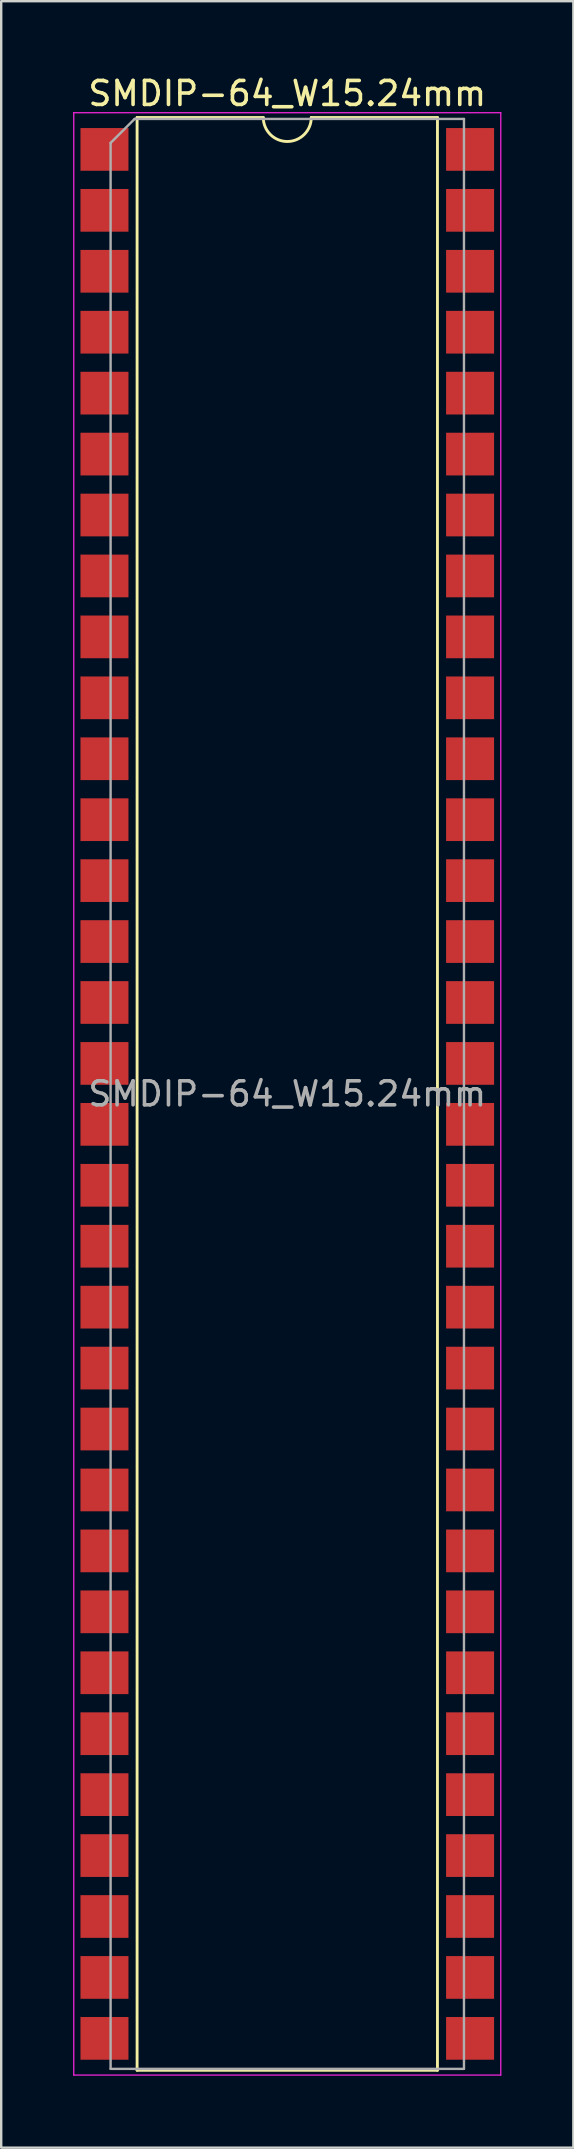
<source format=kicad_pcb>
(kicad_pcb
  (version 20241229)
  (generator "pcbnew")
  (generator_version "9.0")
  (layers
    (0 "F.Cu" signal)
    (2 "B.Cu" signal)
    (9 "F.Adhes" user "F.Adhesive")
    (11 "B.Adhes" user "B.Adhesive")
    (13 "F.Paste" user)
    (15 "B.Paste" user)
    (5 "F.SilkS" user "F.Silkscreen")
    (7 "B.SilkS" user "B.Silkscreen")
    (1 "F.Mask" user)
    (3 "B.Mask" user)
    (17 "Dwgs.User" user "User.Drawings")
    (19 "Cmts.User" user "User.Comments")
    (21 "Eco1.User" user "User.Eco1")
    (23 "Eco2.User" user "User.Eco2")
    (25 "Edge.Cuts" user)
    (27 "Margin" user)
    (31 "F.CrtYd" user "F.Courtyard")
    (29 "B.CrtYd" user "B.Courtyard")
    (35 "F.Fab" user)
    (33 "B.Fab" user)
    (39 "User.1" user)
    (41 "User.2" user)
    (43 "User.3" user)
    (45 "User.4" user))
  (footprint "SMDIP-64_W15.24mm"
    (layer "F.Cu")
    (at 8.925 42.548)
    (property "Reference" "SMDIP-64_W15.24mm" (at 0 -41.7 0) (layer "F.SilkS") (effects (font (size 1 1) (thickness 0.15))))
    (attr smd)
    (fp_line (start -6.26 -40.7) (end -6.26 40.7) (stroke (width 0.12) (type solid)) (layer "F.SilkS"))
    (fp_line (start -6.26 40.7) (end 6.26 40.7) (stroke (width 0.12) (type solid)) (layer "F.SilkS"))
    (fp_line (start -1 -40.7) (end -6.26 -40.7) (stroke (width 0.12) (type solid)) (layer "F.SilkS"))
    (fp_line (start 6.26 -40.7) (end 1 -40.7) (stroke (width 0.12) (type solid)) (layer "F.SilkS"))
    (fp_line (start 6.26 40.7) (end 6.26 -40.7) (stroke (width 0.12) (type solid)) (layer "F.SilkS"))
    (fp_arc (start 1 -40.7) (mid 0 -39.7) (end -1 -40.7) (stroke (width 0.12) (type solid)) (layer "F.SilkS"))
    (fp_line (start -8.9 -40.9) (end -8.9 40.9) (stroke (width 0.05) (type solid)) (layer "F.CrtYd"))
    (fp_line (start -8.9 40.9) (end 8.9 40.9) (stroke (width 0.05) (type solid)) (layer "F.CrtYd"))
    (fp_line (start 8.9 -40.9) (end -8.9 -40.9) (stroke (width 0.05) (type solid)) (layer "F.CrtYd"))
    (fp_line (start 8.9 40.9) (end 8.9 -40.9) (stroke (width 0.05) (type solid)) (layer "F.CrtYd"))
    (fp_line (start -7.365 -39.64) (end -6.365 -40.64) (stroke (width 0.1) (type solid)) (layer "F.Fab"))
    (fp_line (start -7.365 40.64) (end -7.365 -39.64) (stroke (width 0.1) (type solid)) (layer "F.Fab"))
    (fp_line (start -6.365 -40.64) (end 7.365 -40.64) (stroke (width 0.1) (type solid)) (layer "F.Fab"))
    (fp_line (start 7.365 -40.64) (end 7.365 40.64) (stroke (width 0.1) (type solid)) (layer "F.Fab"))
    (fp_line (start 7.365 40.64) (end -7.365 40.64) (stroke (width 0.1) (type solid)) (layer "F.Fab"))
    (fp_text user "${REFERENCE}" (at 0 0 0) (layer "F.Fab") (effects (font (size 1 1) (thickness 0.15))))
    (pad "1" smd rect (at -7.62 -39.37) (size 2 1.78) (layers "F.Cu" "F.Mask" "F.Paste"))
    (pad "2" smd rect (at -7.62 -36.83) (size 2 1.78) (layers "F.Cu" "F.Mask" "F.Paste"))
    (pad "3" smd rect (at -7.62 -34.29) (size 2 1.78) (layers "F.Cu" "F.Mask" "F.Paste"))
    (pad "4" smd rect (at -7.62 -31.75) (size 2 1.78) (layers "F.Cu" "F.Mask" "F.Paste"))
    (pad "5" smd rect (at -7.62 -29.21) (size 2 1.78) (layers "F.Cu" "F.Mask" "F.Paste"))
    (pad "6" smd rect (at -7.62 -26.67) (size 2 1.78) (layers "F.Cu" "F.Mask" "F.Paste"))
    (pad "7" smd rect (at -7.62 -24.13) (size 2 1.78) (layers "F.Cu" "F.Mask" "F.Paste"))
    (pad "8" smd rect (at -7.62 -21.59) (size 2 1.78) (layers "F.Cu" "F.Mask" "F.Paste"))
    (pad "9" smd rect (at -7.62 -19.05) (size 2 1.78) (layers "F.Cu" "F.Mask" "F.Paste"))
    (pad "10" smd rect (at -7.62 -16.51) (size 2 1.78) (layers "F.Cu" "F.Mask" "F.Paste"))
    (pad "11" smd rect (at -7.62 -13.97) (size 2 1.78) (layers "F.Cu" "F.Mask" "F.Paste"))
    (pad "12" smd rect (at -7.62 -11.43) (size 2 1.78) (layers "F.Cu" "F.Mask" "F.Paste"))
    (pad "13" smd rect (at -7.62 -8.89) (size 2 1.78) (layers "F.Cu" "F.Mask" "F.Paste"))
    (pad "14" smd rect (at -7.62 -6.35) (size 2 1.78) (layers "F.Cu" "F.Mask" "F.Paste"))
    (pad "15" smd rect (at -7.62 -3.81) (size 2 1.78) (layers "F.Cu" "F.Mask" "F.Paste"))
    (pad "16" smd rect (at -7.62 -1.27) (size 2 1.78) (layers "F.Cu" "F.Mask" "F.Paste"))
    (pad "17" smd rect (at -7.62 1.27) (size 2 1.78) (layers "F.Cu" "F.Mask" "F.Paste"))
    (pad "18" smd rect (at -7.62 3.81) (size 2 1.78) (layers "F.Cu" "F.Mask" "F.Paste"))
    (pad "19" smd rect (at -7.62 6.35) (size 2 1.78) (layers "F.Cu" "F.Mask" "F.Paste"))
    (pad "20" smd rect (at -7.62 8.89) (size 2 1.78) (layers "F.Cu" "F.Mask" "F.Paste"))
    (pad "21" smd rect (at -7.62 11.43) (size 2 1.78) (layers "F.Cu" "F.Mask" "F.Paste"))
    (pad "22" smd rect (at -7.62 13.97) (size 2 1.78) (layers "F.Cu" "F.Mask" "F.Paste"))
    (pad "23" smd rect (at -7.62 16.51) (size 2 1.78) (layers "F.Cu" "F.Mask" "F.Paste"))
    (pad "24" smd rect (at -7.62 19.05) (size 2 1.78) (layers "F.Cu" "F.Mask" "F.Paste"))
    (pad "25" smd rect (at -7.62 21.59) (size 2 1.78) (layers "F.Cu" "F.Mask" "F.Paste"))
    (pad "26" smd rect (at -7.62 24.13) (size 2 1.78) (layers "F.Cu" "F.Mask" "F.Paste"))
    (pad "27" smd rect (at -7.62 26.67) (size 2 1.78) (layers "F.Cu" "F.Mask" "F.Paste"))
    (pad "28" smd rect (at -7.62 29.21) (size 2 1.78) (layers "F.Cu" "F.Mask" "F.Paste"))
    (pad "29" smd rect (at -7.62 31.75) (size 2 1.78) (layers "F.Cu" "F.Mask" "F.Paste"))
    (pad "30" smd rect (at -7.62 34.29) (size 2 1.78) (layers "F.Cu" "F.Mask" "F.Paste"))
    (pad "31" smd rect (at -7.62 36.83) (size 2 1.78) (layers "F.Cu" "F.Mask" "F.Paste"))
    (pad "32" smd rect (at -7.62 39.37) (size 2 1.78) (layers "F.Cu" "F.Mask" "F.Paste"))
    (pad "33" smd rect (at 7.62 39.37) (size 2 1.78) (layers "F.Cu" "F.Mask" "F.Paste"))
    (pad "34" smd rect (at 7.62 36.83) (size 2 1.78) (layers "F.Cu" "F.Mask" "F.Paste"))
    (pad "35" smd rect (at 7.62 34.29) (size 2 1.78) (layers "F.Cu" "F.Mask" "F.Paste"))
    (pad "36" smd rect (at 7.62 31.75) (size 2 1.78) (layers "F.Cu" "F.Mask" "F.Paste"))
    (pad "37" smd rect (at 7.62 29.21) (size 2 1.78) (layers "F.Cu" "F.Mask" "F.Paste"))
    (pad "38" smd rect (at 7.62 26.67) (size 2 1.78) (layers "F.Cu" "F.Mask" "F.Paste"))
    (pad "39" smd rect (at 7.62 24.13) (size 2 1.78) (layers "F.Cu" "F.Mask" "F.Paste"))
    (pad "40" smd rect (at 7.62 21.59) (size 2 1.78) (layers "F.Cu" "F.Mask" "F.Paste"))
    (pad "41" smd rect (at 7.62 19.05) (size 2 1.78) (layers "F.Cu" "F.Mask" "F.Paste"))
    (pad "42" smd rect (at 7.62 16.51) (size 2 1.78) (layers "F.Cu" "F.Mask" "F.Paste"))
    (pad "43" smd rect (at 7.62 13.97) (size 2 1.78) (layers "F.Cu" "F.Mask" "F.Paste"))
    (pad "44" smd rect (at 7.62 11.43) (size 2 1.78) (layers "F.Cu" "F.Mask" "F.Paste"))
    (pad "45" smd rect (at 7.62 8.89) (size 2 1.78) (layers "F.Cu" "F.Mask" "F.Paste"))
    (pad "46" smd rect (at 7.62 6.35) (size 2 1.78) (layers "F.Cu" "F.Mask" "F.Paste"))
    (pad "47" smd rect (at 7.62 3.81) (size 2 1.78) (layers "F.Cu" "F.Mask" "F.Paste"))
    (pad "48" smd rect (at 7.62 1.27) (size 2 1.78) (layers "F.Cu" "F.Mask" "F.Paste"))
    (pad "49" smd rect (at 7.62 -1.27) (size 2 1.78) (layers "F.Cu" "F.Mask" "F.Paste"))
    (pad "50" smd rect (at 7.62 -3.81) (size 2 1.78) (layers "F.Cu" "F.Mask" "F.Paste"))
    (pad "51" smd rect (at 7.62 -6.35) (size 2 1.78) (layers "F.Cu" "F.Mask" "F.Paste"))
    (pad "52" smd rect (at 7.62 -8.89) (size 2 1.78) (layers "F.Cu" "F.Mask" "F.Paste"))
    (pad "53" smd rect (at 7.62 -11.43) (size 2 1.78) (layers "F.Cu" "F.Mask" "F.Paste"))
    (pad "54" smd rect (at 7.62 -13.97) (size 2 1.78) (layers "F.Cu" "F.Mask" "F.Paste"))
    (pad "55" smd rect (at 7.62 -16.51) (size 2 1.78) (layers "F.Cu" "F.Mask" "F.Paste"))
    (pad "56" smd rect (at 7.62 -19.05) (size 2 1.78) (layers "F.Cu" "F.Mask" "F.Paste"))
    (pad "57" smd rect (at 7.62 -21.59) (size 2 1.78) (layers "F.Cu" "F.Mask" "F.Paste"))
    (pad "58" smd rect (at 7.62 -24.13) (size 2 1.78) (layers "F.Cu" "F.Mask" "F.Paste"))
    (pad "59" smd rect (at 7.62 -26.67) (size 2 1.78) (layers "F.Cu" "F.Mask" "F.Paste"))
    (pad "60" smd rect (at 7.62 -29.21) (size 2 1.78) (layers "F.Cu" "F.Mask" "F.Paste"))
    (pad "61" smd rect (at 7.62 -31.75) (size 2 1.78) (layers "F.Cu" "F.Mask" "F.Paste"))
    (pad "62" smd rect (at 7.62 -34.29) (size 2 1.78) (layers "F.Cu" "F.Mask" "F.Paste"))
    (pad "63" smd rect (at 7.62 -36.83) (size 2 1.78) (layers "F.Cu" "F.Mask" "F.Paste"))
    (pad "64" smd rect (at 7.62 -39.37) (size 2 1.78) (layers "F.Cu" "F.Mask" "F.Paste")))
  (gr_rect
    (start -3 -3)
    (end 20.85 86.473)
    (stroke (width 0.1) (type default))
    (fill no)
    (layer "Edge.Cuts")))
</source>
